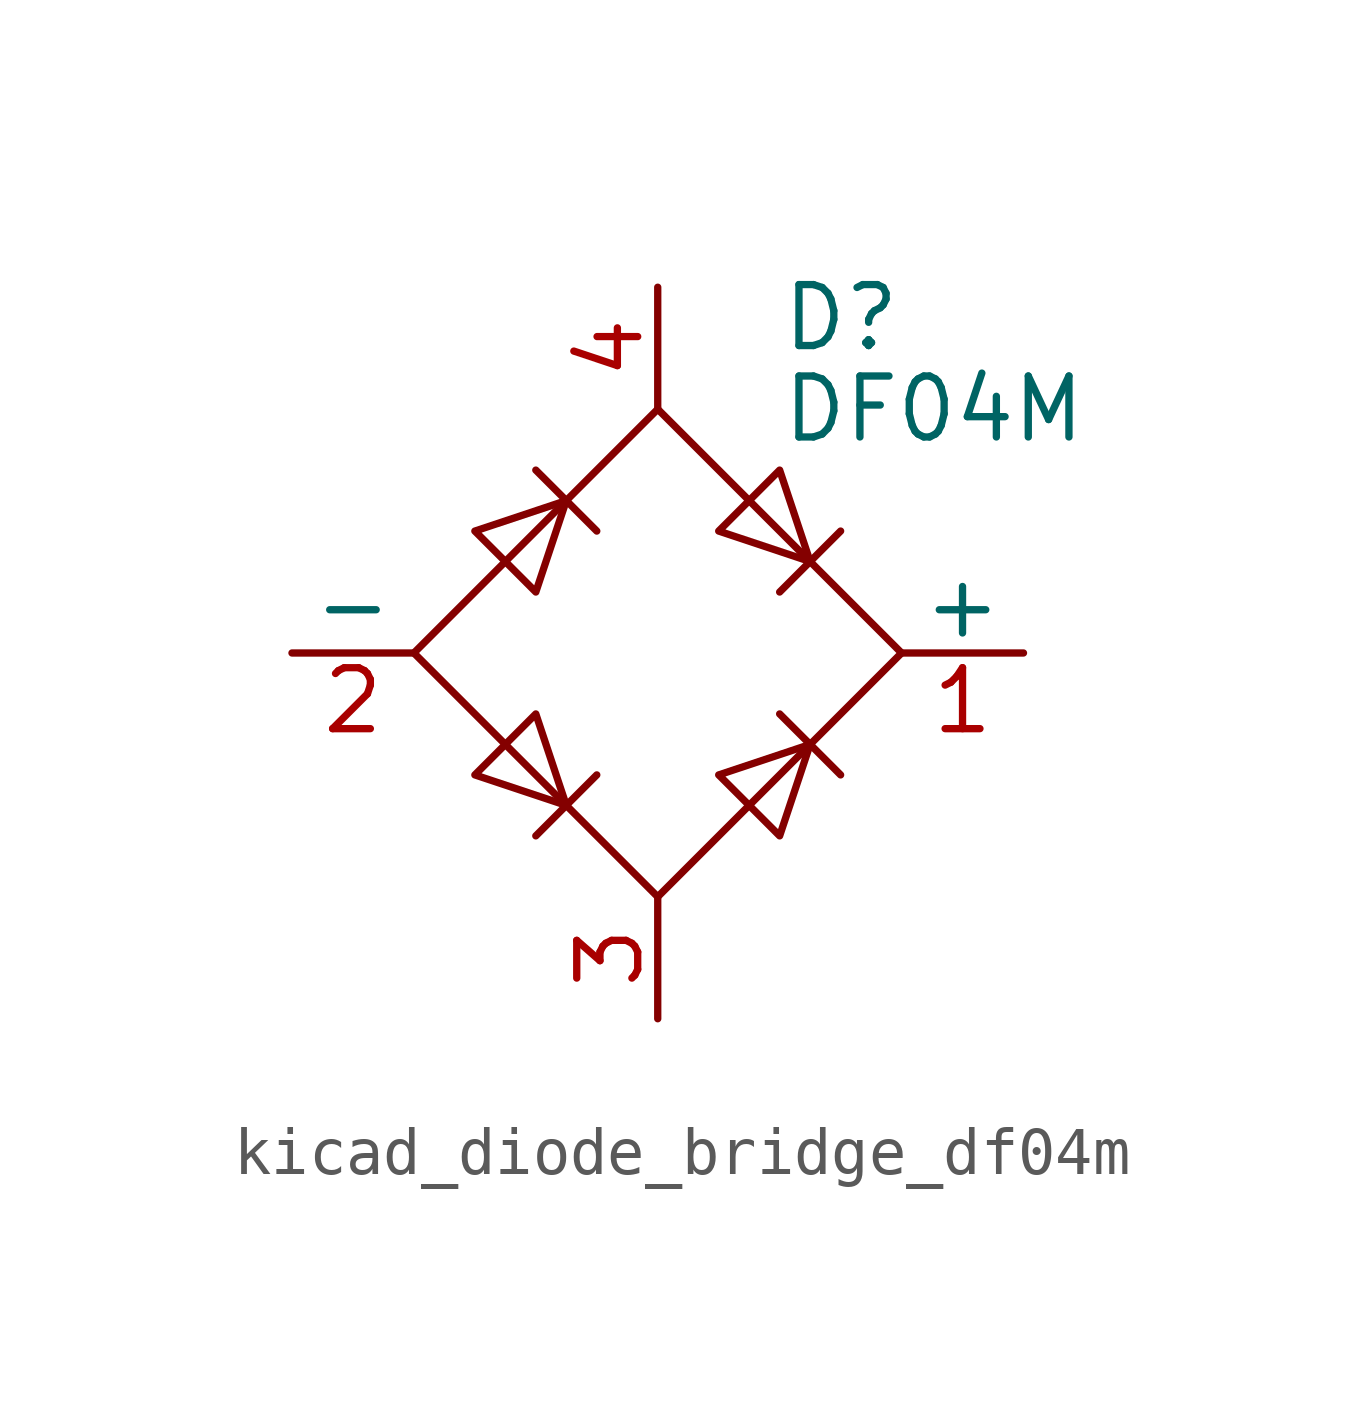
<source format=kicad_sym>
(kicad_symbol_lib
  (version 20220914)
  (generator kicad_symbol_editor)
  (symbol "kicad_diode_bridge_df04m"
    (pin_names
      (offset 0))
    (property "Reference" "D"
      (at 2.54 6.985 0)
      (effects (font (size 1.27 1.27)) (justify left)))
    (property "Value" "DF04M"
      (at 2.54 5.08 0)
      (effects (font (size 1.27 1.27)) (justify left)))
    (symbol "kicad_diode_bridge_df04m_0_1"
      (polyline (pts (xy -2.54 3.81) (xy -1.27 2.54)) (stroke (width 0) (type default)) (fill (type none)))
      (polyline (pts (xy -1.27 -2.54) (xy -2.54 -3.81)) (stroke (width 0) (type default)) (fill (type none)))
      (polyline (pts (xy 2.54 -1.27) (xy 3.81 -2.54)) (stroke (width 0) (type default)) (fill (type none)))
      (polyline (pts (xy 2.54 1.27) (xy 3.81 2.54)) (stroke (width 0) (type default)) (fill (type none)))
      (polyline (pts (xy -3.81 2.54) (xy -2.54 1.27) (xy -1.905 3.175) (xy -3.81 2.54)) (stroke (width 0) (type default)) (fill (type none)))
      (polyline (pts (xy -2.54 -1.27) (xy -3.81 -2.54) (xy -1.905 -3.175) (xy -2.54 -1.27)) (stroke (width 0) (type default)) (fill (type none)))
      (polyline (pts (xy 1.27 2.54) (xy 2.54 3.81) (xy 3.175 1.905) (xy 1.27 2.54)) (stroke (width 0) (type default)) (fill (type none)))
      (polyline (pts (xy 3.175 -1.905) (xy 1.27 -2.54) (xy 2.54 -3.81) (xy 3.175 -1.905)) (stroke (width 0) (type default)) (fill (type none)))
      (polyline (pts (xy -5.08 0) (xy 0 -5.08) (xy 5.08 0) (xy 0 5.08) (xy -5.08 0)) (stroke (width 0) (type default)) (fill (type none))))
    (symbol "kicad_diode_bridge_df04m_1_1"
      (pin passive line (at 7.62 0 180) (length 2.54) (name "+" (effects (font (size 1.27 1.27)))) (number "1" (effects (font (size 1.27 1.27)))))
      (pin passive line (at -7.62 0 0) (length 2.54) (name "-" (effects (font (size 1.27 1.27)))) (number "2" (effects (font (size 1.27 1.27)))))
      (pin passive line (at 0 -7.62 90) (length 2.54) (name "~" (effects (font (size 1.27 1.27)))) (number "3" (effects (font (size 1.27 1.27)))))
      (pin passive line (at 0 7.62 270) (length 2.54) (name "~" (effects (font (size 1.27 1.27)))) (number "4" (effects (font (size 1.27 1.27))))))))
</source>
